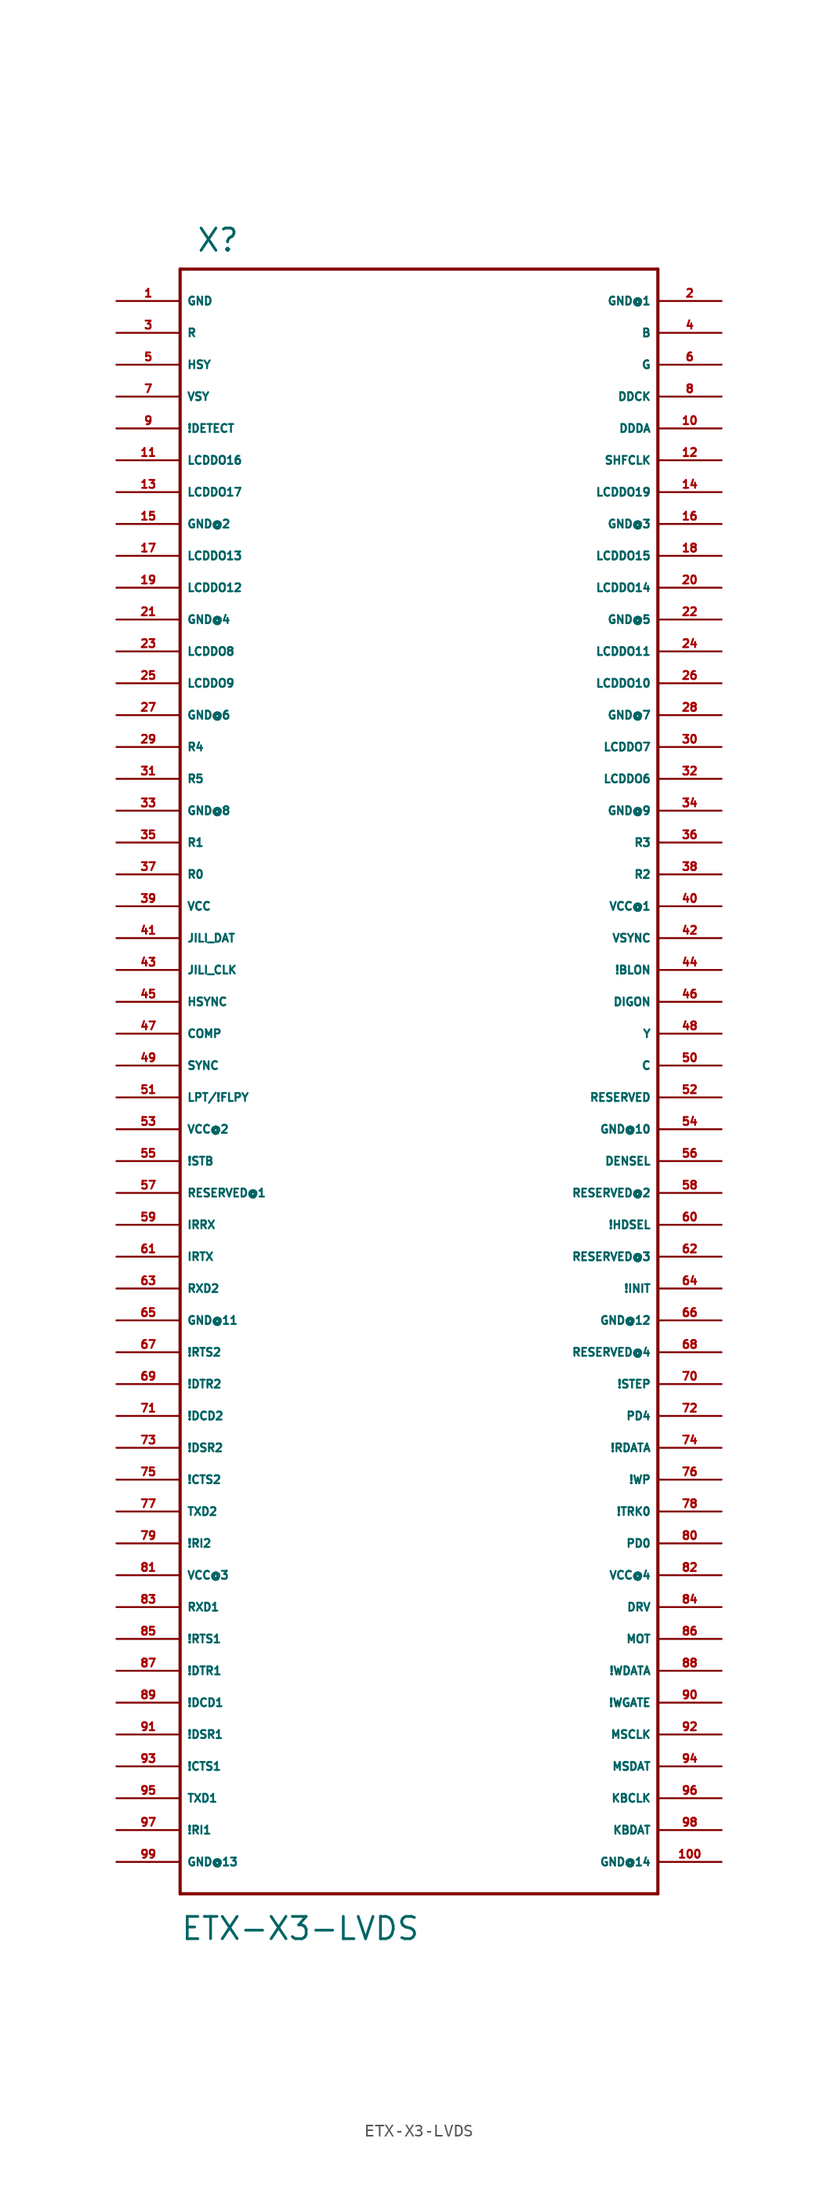
<source format=kicad_sym>
(kicad_symbol_lib
  (version 20220914)
  (generator Eagle2Kicad)
  (symbol "ETX-X3-LVDS"
    (property "Reference" "X"
      (at -19.05 67.31 0)
      (effects (font (size 1.778 1.778) (thickness 0.22)) (justify left bottom)))
    (property "Value" "ETX-X3-LVDS"
      (at -20.32 -67.31 0)
      (effects (font (size 1.778 1.778) (thickness 0.22)) (justify left bottom)))
    (polyline
      (pts (xy -20.32 -63.5) (xy 17.78 -63.5))
      (stroke (width 0.254) (type default))
      (fill (type none)))
    (polyline
      (pts (xy 17.78 -63.5) (xy 17.78 66.04))
      (stroke (width 0.254) (type default))
      (fill (type none)))
    (polyline
      (pts (xy 17.78 66.04) (xy -20.32 66.04))
      (stroke (width 0.254) (type default))
      (fill (type none)))
    (polyline
      (pts (xy -20.32 66.04) (xy -20.32 -63.5))
      (stroke (width 0.254) (type default))
      (fill (type none)))
    (pin unspecified line
      (at -25.4 63.5 0)
      (length 5.08)
      (name "GND" (effects (font (size 0.635 0.635) (thickness 0.08)) (justify left bottom)))
      (number "1" (effects (font (size 0.635 0.635) (thickness 0.08)) (justify left bottom))))
    (pin unspecified line
      (at 22.86 63.5 180)
      (length 5.08)
      (name "GND@1" (effects (font (size 0.635 0.635) (thickness 0.08)) (justify left bottom)))
      (number "2" (effects (font (size 0.635 0.635) (thickness 0.08)) (justify left bottom))))
    (pin bidirectional line
      (at -25.4 60.96 0)
      (length 5.08)
      (name "R" (effects (font (size 0.635 0.635) (thickness 0.08)) (justify left bottom)))
      (number "3" (effects (font (size 0.635 0.635) (thickness 0.08)) (justify left bottom))))
    (pin bidirectional line
      (at 22.86 60.96 180)
      (length 5.08)
      (name "B" (effects (font (size 0.635 0.635) (thickness 0.08)) (justify left bottom)))
      (number "4" (effects (font (size 0.635 0.635) (thickness 0.08)) (justify left bottom))))
    (pin bidirectional line
      (at -25.4 58.42 0)
      (length 5.08)
      (name "HSY" (effects (font (size 0.635 0.635) (thickness 0.08)) (justify left bottom)))
      (number "5" (effects (font (size 0.635 0.635) (thickness 0.08)) (justify left bottom))))
    (pin bidirectional line
      (at 22.86 58.42 180)
      (length 5.08)
      (name "G" (effects (font (size 0.635 0.635) (thickness 0.08)) (justify left bottom)))
      (number "6" (effects (font (size 0.635 0.635) (thickness 0.08)) (justify left bottom))))
    (pin bidirectional line
      (at -25.4 55.88 0)
      (length 5.08)
      (name "VSY" (effects (font (size 0.635 0.635) (thickness 0.08)) (justify left bottom)))
      (number "7" (effects (font (size 0.635 0.635) (thickness 0.08)) (justify left bottom))))
    (pin bidirectional line
      (at 22.86 55.88 180)
      (length 5.08)
      (name "DDCK" (effects (font (size 0.635 0.635) (thickness 0.08)) (justify left bottom)))
      (number "8" (effects (font (size 0.635 0.635) (thickness 0.08)) (justify left bottom))))
    (pin bidirectional line
      (at -25.4 53.34 0)
      (length 5.08)
      (name "!DETECT" (effects (font (size 0.635 0.635) (thickness 0.08)) (justify left bottom)))
      (number "9" (effects (font (size 0.635 0.635) (thickness 0.08)) (justify left bottom))))
    (pin bidirectional line
      (at 22.86 53.34 180)
      (length 5.08)
      (name "DDDA" (effects (font (size 0.635 0.635) (thickness 0.08)) (justify left bottom)))
      (number "10" (effects (font (size 0.635 0.635) (thickness 0.08)) (justify left bottom))))
    (pin bidirectional line
      (at -25.4 50.8 0)
      (length 5.08)
      (name "LCDDO16" (effects (font (size 0.635 0.635) (thickness 0.08)) (justify left bottom)))
      (number "11" (effects (font (size 0.635 0.635) (thickness 0.08)) (justify left bottom))))
    (pin bidirectional line
      (at 22.86 50.8 180)
      (length 5.08)
      (name "SHFCLK" (effects (font (size 0.635 0.635) (thickness 0.08)) (justify left bottom)))
      (number "12" (effects (font (size 0.635 0.635) (thickness 0.08)) (justify left bottom))))
    (pin bidirectional line
      (at -25.4 48.26 0)
      (length 5.08)
      (name "LCDDO17" (effects (font (size 0.635 0.635) (thickness 0.08)) (justify left bottom)))
      (number "13" (effects (font (size 0.635 0.635) (thickness 0.08)) (justify left bottom))))
    (pin bidirectional line
      (at 22.86 48.26 180)
      (length 5.08)
      (name "LCDDO19" (effects (font (size 0.635 0.635) (thickness 0.08)) (justify left bottom)))
      (number "14" (effects (font (size 0.635 0.635) (thickness 0.08)) (justify left bottom))))
    (pin unspecified line
      (at -25.4 45.72 0)
      (length 5.08)
      (name "GND@2" (effects (font (size 0.635 0.635) (thickness 0.08)) (justify left bottom)))
      (number "15" (effects (font (size 0.635 0.635) (thickness 0.08)) (justify left bottom))))
    (pin unspecified line
      (at 22.86 45.72 180)
      (length 5.08)
      (name "GND@3" (effects (font (size 0.635 0.635) (thickness 0.08)) (justify left bottom)))
      (number "16" (effects (font (size 0.635 0.635) (thickness 0.08)) (justify left bottom))))
    (pin bidirectional line
      (at -25.4 43.18 0)
      (length 5.08)
      (name "LCDDO13" (effects (font (size 0.635 0.635) (thickness 0.08)) (justify left bottom)))
      (number "17" (effects (font (size 0.635 0.635) (thickness 0.08)) (justify left bottom))))
    (pin bidirectional line
      (at 22.86 43.18 180)
      (length 5.08)
      (name "LCDDO15" (effects (font (size 0.635 0.635) (thickness 0.08)) (justify left bottom)))
      (number "18" (effects (font (size 0.635 0.635) (thickness 0.08)) (justify left bottom))))
    (pin bidirectional line
      (at -25.4 40.64 0)
      (length 5.08)
      (name "LCDDO12" (effects (font (size 0.635 0.635) (thickness 0.08)) (justify left bottom)))
      (number "19" (effects (font (size 0.635 0.635) (thickness 0.08)) (justify left bottom))))
    (pin bidirectional line
      (at 22.86 40.64 180)
      (length 5.08)
      (name "LCDDO14" (effects (font (size 0.635 0.635) (thickness 0.08)) (justify left bottom)))
      (number "20" (effects (font (size 0.635 0.635) (thickness 0.08)) (justify left bottom))))
    (pin unspecified line
      (at -25.4 38.1 0)
      (length 5.08)
      (name "GND@4" (effects (font (size 0.635 0.635) (thickness 0.08)) (justify left bottom)))
      (number "21" (effects (font (size 0.635 0.635) (thickness 0.08)) (justify left bottom))))
    (pin unspecified line
      (at 22.86 38.1 180)
      (length 5.08)
      (name "GND@5" (effects (font (size 0.635 0.635) (thickness 0.08)) (justify left bottom)))
      (number "22" (effects (font (size 0.635 0.635) (thickness 0.08)) (justify left bottom))))
    (pin bidirectional line
      (at -25.4 35.56 0)
      (length 5.08)
      (name "LCDDO8" (effects (font (size 0.635 0.635) (thickness 0.08)) (justify left bottom)))
      (number "23" (effects (font (size 0.635 0.635) (thickness 0.08)) (justify left bottom))))
    (pin bidirectional line
      (at 22.86 35.56 180)
      (length 5.08)
      (name "LCDDO11" (effects (font (size 0.635 0.635) (thickness 0.08)) (justify left bottom)))
      (number "24" (effects (font (size 0.635 0.635) (thickness 0.08)) (justify left bottom))))
    (pin bidirectional line
      (at -25.4 33.02 0)
      (length 5.08)
      (name "LCDDO9" (effects (font (size 0.635 0.635) (thickness 0.08)) (justify left bottom)))
      (number "25" (effects (font (size 0.635 0.635) (thickness 0.08)) (justify left bottom))))
    (pin bidirectional line
      (at 22.86 33.02 180)
      (length 5.08)
      (name "LCDDO10" (effects (font (size 0.635 0.635) (thickness 0.08)) (justify left bottom)))
      (number "26" (effects (font (size 0.635 0.635) (thickness 0.08)) (justify left bottom))))
    (pin unspecified line
      (at -25.4 30.48 0)
      (length 5.08)
      (name "GND@6" (effects (font (size 0.635 0.635) (thickness 0.08)) (justify left bottom)))
      (number "27" (effects (font (size 0.635 0.635) (thickness 0.08)) (justify left bottom))))
    (pin unspecified line
      (at 22.86 30.48 180)
      (length 5.08)
      (name "GND@7" (effects (font (size 0.635 0.635) (thickness 0.08)) (justify left bottom)))
      (number "28" (effects (font (size 0.635 0.635) (thickness 0.08)) (justify left bottom))))
    (pin bidirectional line
      (at -25.4 27.94 0)
      (length 5.08)
      (name "R4" (effects (font (size 0.635 0.635) (thickness 0.08)) (justify left bottom)))
      (number "29" (effects (font (size 0.635 0.635) (thickness 0.08)) (justify left bottom))))
    (pin bidirectional line
      (at 22.86 27.94 180)
      (length 5.08)
      (name "LCDDO7" (effects (font (size 0.635 0.635) (thickness 0.08)) (justify left bottom)))
      (number "30" (effects (font (size 0.635 0.635) (thickness 0.08)) (justify left bottom))))
    (pin bidirectional line
      (at -25.4 25.4 0)
      (length 5.08)
      (name "R5" (effects (font (size 0.635 0.635) (thickness 0.08)) (justify left bottom)))
      (number "31" (effects (font (size 0.635 0.635) (thickness 0.08)) (justify left bottom))))
    (pin bidirectional line
      (at 22.86 25.4 180)
      (length 5.08)
      (name "LCDDO6" (effects (font (size 0.635 0.635) (thickness 0.08)) (justify left bottom)))
      (number "32" (effects (font (size 0.635 0.635) (thickness 0.08)) (justify left bottom))))
    (pin unspecified line
      (at -25.4 22.86 0)
      (length 5.08)
      (name "GND@8" (effects (font (size 0.635 0.635) (thickness 0.08)) (justify left bottom)))
      (number "33" (effects (font (size 0.635 0.635) (thickness 0.08)) (justify left bottom))))
    (pin unspecified line
      (at 22.86 22.86 180)
      (length 5.08)
      (name "GND@9" (effects (font (size 0.635 0.635) (thickness 0.08)) (justify left bottom)))
      (number "34" (effects (font (size 0.635 0.635) (thickness 0.08)) (justify left bottom))))
    (pin bidirectional line
      (at -25.4 20.32 0)
      (length 5.08)
      (name "R1" (effects (font (size 0.635 0.635) (thickness 0.08)) (justify left bottom)))
      (number "35" (effects (font (size 0.635 0.635) (thickness 0.08)) (justify left bottom))))
    (pin bidirectional line
      (at 22.86 20.32 180)
      (length 5.08)
      (name "R3" (effects (font (size 0.635 0.635) (thickness 0.08)) (justify left bottom)))
      (number "36" (effects (font (size 0.635 0.635) (thickness 0.08)) (justify left bottom))))
    (pin bidirectional line
      (at -25.4 17.78 0)
      (length 5.08)
      (name "R0" (effects (font (size 0.635 0.635) (thickness 0.08)) (justify left bottom)))
      (number "37" (effects (font (size 0.635 0.635) (thickness 0.08)) (justify left bottom))))
    (pin bidirectional line
      (at 22.86 17.78 180)
      (length 5.08)
      (name "R2" (effects (font (size 0.635 0.635) (thickness 0.08)) (justify left bottom)))
      (number "38" (effects (font (size 0.635 0.635) (thickness 0.08)) (justify left bottom))))
    (pin unspecified line
      (at -25.4 15.24 0)
      (length 5.08)
      (name "VCC" (effects (font (size 0.635 0.635) (thickness 0.08)) (justify left bottom)))
      (number "39" (effects (font (size 0.635 0.635) (thickness 0.08)) (justify left bottom))))
    (pin unspecified line
      (at 22.86 15.24 180)
      (length 5.08)
      (name "VCC@1" (effects (font (size 0.635 0.635) (thickness 0.08)) (justify left bottom)))
      (number "40" (effects (font (size 0.635 0.635) (thickness 0.08)) (justify left bottom))))
    (pin bidirectional line
      (at -25.4 12.7 0)
      (length 5.08)
      (name "JILI_DAT" (effects (font (size 0.635 0.635) (thickness 0.08)) (justify left bottom)))
      (number "41" (effects (font (size 0.635 0.635) (thickness 0.08)) (justify left bottom))))
    (pin bidirectional line
      (at 22.86 12.7 180)
      (length 5.08)
      (name "VSYNC" (effects (font (size 0.635 0.635) (thickness 0.08)) (justify left bottom)))
      (number "42" (effects (font (size 0.635 0.635) (thickness 0.08)) (justify left bottom))))
    (pin bidirectional line
      (at -25.4 10.16 0)
      (length 5.08)
      (name "JILI_CLK" (effects (font (size 0.635 0.635) (thickness 0.08)) (justify left bottom)))
      (number "43" (effects (font (size 0.635 0.635) (thickness 0.08)) (justify left bottom))))
    (pin bidirectional line
      (at 22.86 10.16 180)
      (length 5.08)
      (name "!BLON" (effects (font (size 0.635 0.635) (thickness 0.08)) (justify left bottom)))
      (number "44" (effects (font (size 0.635 0.635) (thickness 0.08)) (justify left bottom))))
    (pin bidirectional line
      (at -25.4 7.62 0)
      (length 5.08)
      (name "HSYNC" (effects (font (size 0.635 0.635) (thickness 0.08)) (justify left bottom)))
      (number "45" (effects (font (size 0.635 0.635) (thickness 0.08)) (justify left bottom))))
    (pin bidirectional line
      (at 22.86 7.62 180)
      (length 5.08)
      (name "DIGON" (effects (font (size 0.635 0.635) (thickness 0.08)) (justify left bottom)))
      (number "46" (effects (font (size 0.635 0.635) (thickness 0.08)) (justify left bottom))))
    (pin bidirectional line
      (at -25.4 5.08 0)
      (length 5.08)
      (name "COMP" (effects (font (size 0.635 0.635) (thickness 0.08)) (justify left bottom)))
      (number "47" (effects (font (size 0.635 0.635) (thickness 0.08)) (justify left bottom))))
    (pin bidirectional line
      (at 22.86 5.08 180)
      (length 5.08)
      (name "Y" (effects (font (size 0.635 0.635) (thickness 0.08)) (justify left bottom)))
      (number "48" (effects (font (size 0.635 0.635) (thickness 0.08)) (justify left bottom))))
    (pin bidirectional line
      (at -25.4 2.54 0)
      (length 5.08)
      (name "SYNC" (effects (font (size 0.635 0.635) (thickness 0.08)) (justify left bottom)))
      (number "49" (effects (font (size 0.635 0.635) (thickness 0.08)) (justify left bottom))))
    (pin bidirectional line
      (at 22.86 2.54 180)
      (length 5.08)
      (name "C" (effects (font (size 0.635 0.635) (thickness 0.08)) (justify left bottom)))
      (number "50" (effects (font (size 0.635 0.635) (thickness 0.08)) (justify left bottom))))
    (pin bidirectional line
      (at -25.4 0 0)
      (length 5.08)
      (name "LPT/!FLPY" (effects (font (size 0.635 0.635) (thickness 0.08)) (justify left bottom)))
      (number "51" (effects (font (size 0.635 0.635) (thickness 0.08)) (justify left bottom))))
    (pin bidirectional line
      (at 22.86 0 180)
      (length 5.08)
      (name "RESERVED" (effects (font (size 0.635 0.635) (thickness 0.08)) (justify left bottom)))
      (number "52" (effects (font (size 0.635 0.635) (thickness 0.08)) (justify left bottom))))
    (pin unspecified line
      (at -25.4 -2.54 0)
      (length 5.08)
      (name "VCC@2" (effects (font (size 0.635 0.635) (thickness 0.08)) (justify left bottom)))
      (number "53" (effects (font (size 0.635 0.635) (thickness 0.08)) (justify left bottom))))
    (pin unspecified line
      (at 22.86 -2.54 180)
      (length 5.08)
      (name "GND@10" (effects (font (size 0.635 0.635) (thickness 0.08)) (justify left bottom)))
      (number "54" (effects (font (size 0.635 0.635) (thickness 0.08)) (justify left bottom))))
    (pin bidirectional line
      (at -25.4 -5.08 0)
      (length 5.08)
      (name "!STB" (effects (font (size 0.635 0.635) (thickness 0.08)) (justify left bottom)))
      (number "55" (effects (font (size 0.635 0.635) (thickness 0.08)) (justify left bottom))))
    (pin bidirectional line
      (at 22.86 -5.08 180)
      (length 5.08)
      (name "DENSEL" (effects (font (size 0.635 0.635) (thickness 0.08)) (justify left bottom)))
      (number "56" (effects (font (size 0.635 0.635) (thickness 0.08)) (justify left bottom))))
    (pin bidirectional line
      (at -25.4 -7.62 0)
      (length 5.08)
      (name "RESERVED@1" (effects (font (size 0.635 0.635) (thickness 0.08)) (justify left bottom)))
      (number "57" (effects (font (size 0.635 0.635) (thickness 0.08)) (justify left bottom))))
    (pin bidirectional line
      (at 22.86 -7.62 180)
      (length 5.08)
      (name "RESERVED@2" (effects (font (size 0.635 0.635) (thickness 0.08)) (justify left bottom)))
      (number "58" (effects (font (size 0.635 0.635) (thickness 0.08)) (justify left bottom))))
    (pin bidirectional line
      (at -25.4 -10.16 0)
      (length 5.08)
      (name "IRRX" (effects (font (size 0.635 0.635) (thickness 0.08)) (justify left bottom)))
      (number "59" (effects (font (size 0.635 0.635) (thickness 0.08)) (justify left bottom))))
    (pin bidirectional line
      (at 22.86 -10.16 180)
      (length 5.08)
      (name "!HDSEL" (effects (font (size 0.635 0.635) (thickness 0.08)) (justify left bottom)))
      (number "60" (effects (font (size 0.635 0.635) (thickness 0.08)) (justify left bottom))))
    (pin bidirectional line
      (at -25.4 -12.7 0)
      (length 5.08)
      (name "IRTX" (effects (font (size 0.635 0.635) (thickness 0.08)) (justify left bottom)))
      (number "61" (effects (font (size 0.635 0.635) (thickness 0.08)) (justify left bottom))))
    (pin bidirectional line
      (at 22.86 -12.7 180)
      (length 5.08)
      (name "RESERVED@3" (effects (font (size 0.635 0.635) (thickness 0.08)) (justify left bottom)))
      (number "62" (effects (font (size 0.635 0.635) (thickness 0.08)) (justify left bottom))))
    (pin bidirectional line
      (at -25.4 -15.24 0)
      (length 5.08)
      (name "RXD2" (effects (font (size 0.635 0.635) (thickness 0.08)) (justify left bottom)))
      (number "63" (effects (font (size 0.635 0.635) (thickness 0.08)) (justify left bottom))))
    (pin bidirectional line
      (at 22.86 -15.24 180)
      (length 5.08)
      (name "!INIT" (effects (font (size 0.635 0.635) (thickness 0.08)) (justify left bottom)))
      (number "64" (effects (font (size 0.635 0.635) (thickness 0.08)) (justify left bottom))))
    (pin unspecified line
      (at -25.4 -17.78 0)
      (length 5.08)
      (name "GND@11" (effects (font (size 0.635 0.635) (thickness 0.08)) (justify left bottom)))
      (number "65" (effects (font (size 0.635 0.635) (thickness 0.08)) (justify left bottom))))
    (pin unspecified line
      (at 22.86 -17.78 180)
      (length 5.08)
      (name "GND@12" (effects (font (size 0.635 0.635) (thickness 0.08)) (justify left bottom)))
      (number "66" (effects (font (size 0.635 0.635) (thickness 0.08)) (justify left bottom))))
    (pin bidirectional line
      (at -25.4 -20.32 0)
      (length 5.08)
      (name "!RTS2" (effects (font (size 0.635 0.635) (thickness 0.08)) (justify left bottom)))
      (number "67" (effects (font (size 0.635 0.635) (thickness 0.08)) (justify left bottom))))
    (pin bidirectional line
      (at 22.86 -20.32 180)
      (length 5.08)
      (name "RESERVED@4" (effects (font (size 0.635 0.635) (thickness 0.08)) (justify left bottom)))
      (number "68" (effects (font (size 0.635 0.635) (thickness 0.08)) (justify left bottom))))
    (pin bidirectional line
      (at -25.4 -22.86 0)
      (length 5.08)
      (name "!DTR2" (effects (font (size 0.635 0.635) (thickness 0.08)) (justify left bottom)))
      (number "69" (effects (font (size 0.635 0.635) (thickness 0.08)) (justify left bottom))))
    (pin bidirectional line
      (at 22.86 -22.86 180)
      (length 5.08)
      (name "!STEP" (effects (font (size 0.635 0.635) (thickness 0.08)) (justify left bottom)))
      (number "70" (effects (font (size 0.635 0.635) (thickness 0.08)) (justify left bottom))))
    (pin bidirectional line
      (at -25.4 -25.4 0)
      (length 5.08)
      (name "!DCD2" (effects (font (size 0.635 0.635) (thickness 0.08)) (justify left bottom)))
      (number "71" (effects (font (size 0.635 0.635) (thickness 0.08)) (justify left bottom))))
    (pin bidirectional line
      (at 22.86 -25.4 180)
      (length 5.08)
      (name "PD4" (effects (font (size 0.635 0.635) (thickness 0.08)) (justify left bottom)))
      (number "72" (effects (font (size 0.635 0.635) (thickness 0.08)) (justify left bottom))))
    (pin bidirectional line
      (at -25.4 -27.94 0)
      (length 5.08)
      (name "!DSR2" (effects (font (size 0.635 0.635) (thickness 0.08)) (justify left bottom)))
      (number "73" (effects (font (size 0.635 0.635) (thickness 0.08)) (justify left bottom))))
    (pin bidirectional line
      (at 22.86 -27.94 180)
      (length 5.08)
      (name "!RDATA" (effects (font (size 0.635 0.635) (thickness 0.08)) (justify left bottom)))
      (number "74" (effects (font (size 0.635 0.635) (thickness 0.08)) (justify left bottom))))
    (pin bidirectional line
      (at -25.4 -30.48 0)
      (length 5.08)
      (name "!CTS2" (effects (font (size 0.635 0.635) (thickness 0.08)) (justify left bottom)))
      (number "75" (effects (font (size 0.635 0.635) (thickness 0.08)) (justify left bottom))))
    (pin bidirectional line
      (at 22.86 -30.48 180)
      (length 5.08)
      (name "!WP" (effects (font (size 0.635 0.635) (thickness 0.08)) (justify left bottom)))
      (number "76" (effects (font (size 0.635 0.635) (thickness 0.08)) (justify left bottom))))
    (pin bidirectional line
      (at -25.4 -33.02 0)
      (length 5.08)
      (name "TXD2" (effects (font (size 0.635 0.635) (thickness 0.08)) (justify left bottom)))
      (number "77" (effects (font (size 0.635 0.635) (thickness 0.08)) (justify left bottom))))
    (pin bidirectional line
      (at 22.86 -33.02 180)
      (length 5.08)
      (name "!TRK0" (effects (font (size 0.635 0.635) (thickness 0.08)) (justify left bottom)))
      (number "78" (effects (font (size 0.635 0.635) (thickness 0.08)) (justify left bottom))))
    (pin bidirectional line
      (at -25.4 -35.56 0)
      (length 5.08)
      (name "!RI2" (effects (font (size 0.635 0.635) (thickness 0.08)) (justify left bottom)))
      (number "79" (effects (font (size 0.635 0.635) (thickness 0.08)) (justify left bottom))))
    (pin bidirectional line
      (at 22.86 -35.56 180)
      (length 5.08)
      (name "PD0" (effects (font (size 0.635 0.635) (thickness 0.08)) (justify left bottom)))
      (number "80" (effects (font (size 0.635 0.635) (thickness 0.08)) (justify left bottom))))
    (pin unspecified line
      (at -25.4 -38.1 0)
      (length 5.08)
      (name "VCC@3" (effects (font (size 0.635 0.635) (thickness 0.08)) (justify left bottom)))
      (number "81" (effects (font (size 0.635 0.635) (thickness 0.08)) (justify left bottom))))
    (pin unspecified line
      (at 22.86 -38.1 180)
      (length 5.08)
      (name "VCC@4" (effects (font (size 0.635 0.635) (thickness 0.08)) (justify left bottom)))
      (number "82" (effects (font (size 0.635 0.635) (thickness 0.08)) (justify left bottom))))
    (pin bidirectional line
      (at -25.4 -40.64 0)
      (length 5.08)
      (name "RXD1" (effects (font (size 0.635 0.635) (thickness 0.08)) (justify left bottom)))
      (number "83" (effects (font (size 0.635 0.635) (thickness 0.08)) (justify left bottom))))
    (pin bidirectional line
      (at 22.86 -40.64 180)
      (length 5.08)
      (name "DRV" (effects (font (size 0.635 0.635) (thickness 0.08)) (justify left bottom)))
      (number "84" (effects (font (size 0.635 0.635) (thickness 0.08)) (justify left bottom))))
    (pin bidirectional line
      (at -25.4 -43.18 0)
      (length 5.08)
      (name "!RTS1" (effects (font (size 0.635 0.635) (thickness 0.08)) (justify left bottom)))
      (number "85" (effects (font (size 0.635 0.635) (thickness 0.08)) (justify left bottom))))
    (pin bidirectional line
      (at 22.86 -43.18 180)
      (length 5.08)
      (name "MOT" (effects (font (size 0.635 0.635) (thickness 0.08)) (justify left bottom)))
      (number "86" (effects (font (size 0.635 0.635) (thickness 0.08)) (justify left bottom))))
    (pin bidirectional line
      (at -25.4 -45.72 0)
      (length 5.08)
      (name "!DTR1" (effects (font (size 0.635 0.635) (thickness 0.08)) (justify left bottom)))
      (number "87" (effects (font (size 0.635 0.635) (thickness 0.08)) (justify left bottom))))
    (pin bidirectional line
      (at 22.86 -45.72 180)
      (length 5.08)
      (name "!WDATA" (effects (font (size 0.635 0.635) (thickness 0.08)) (justify left bottom)))
      (number "88" (effects (font (size 0.635 0.635) (thickness 0.08)) (justify left bottom))))
    (pin bidirectional line
      (at -25.4 -48.26 0)
      (length 5.08)
      (name "!DCD1" (effects (font (size 0.635 0.635) (thickness 0.08)) (justify left bottom)))
      (number "89" (effects (font (size 0.635 0.635) (thickness 0.08)) (justify left bottom))))
    (pin bidirectional line
      (at 22.86 -48.26 180)
      (length 5.08)
      (name "!WGATE" (effects (font (size 0.635 0.635) (thickness 0.08)) (justify left bottom)))
      (number "90" (effects (font (size 0.635 0.635) (thickness 0.08)) (justify left bottom))))
    (pin bidirectional line
      (at -25.4 -50.8 0)
      (length 5.08)
      (name "!DSR1" (effects (font (size 0.635 0.635) (thickness 0.08)) (justify left bottom)))
      (number "91" (effects (font (size 0.635 0.635) (thickness 0.08)) (justify left bottom))))
    (pin bidirectional line
      (at 22.86 -50.8 180)
      (length 5.08)
      (name "MSCLK" (effects (font (size 0.635 0.635) (thickness 0.08)) (justify left bottom)))
      (number "92" (effects (font (size 0.635 0.635) (thickness 0.08)) (justify left bottom))))
    (pin bidirectional line
      (at -25.4 -53.34 0)
      (length 5.08)
      (name "!CTS1" (effects (font (size 0.635 0.635) (thickness 0.08)) (justify left bottom)))
      (number "93" (effects (font (size 0.635 0.635) (thickness 0.08)) (justify left bottom))))
    (pin bidirectional line
      (at 22.86 -53.34 180)
      (length 5.08)
      (name "MSDAT" (effects (font (size 0.635 0.635) (thickness 0.08)) (justify left bottom)))
      (number "94" (effects (font (size 0.635 0.635) (thickness 0.08)) (justify left bottom))))
    (pin bidirectional line
      (at -25.4 -55.88 0)
      (length 5.08)
      (name "TXD1" (effects (font (size 0.635 0.635) (thickness 0.08)) (justify left bottom)))
      (number "95" (effects (font (size 0.635 0.635) (thickness 0.08)) (justify left bottom))))
    (pin bidirectional line
      (at 22.86 -55.88 180)
      (length 5.08)
      (name "KBCLK" (effects (font (size 0.635 0.635) (thickness 0.08)) (justify left bottom)))
      (number "96" (effects (font (size 0.635 0.635) (thickness 0.08)) (justify left bottom))))
    (pin bidirectional line
      (at -25.4 -58.42 0)
      (length 5.08)
      (name "!RI1" (effects (font (size 0.635 0.635) (thickness 0.08)) (justify left bottom)))
      (number "97" (effects (font (size 0.635 0.635) (thickness 0.08)) (justify left bottom))))
    (pin bidirectional line
      (at 22.86 -58.42 180)
      (length 5.08)
      (name "KBDAT" (effects (font (size 0.635 0.635) (thickness 0.08)) (justify left bottom)))
      (number "98" (effects (font (size 0.635 0.635) (thickness 0.08)) (justify left bottom))))
    (pin unspecified line
      (at -25.4 -60.96 0)
      (length 5.08)
      (name "GND@13" (effects (font (size 0.635 0.635) (thickness 0.08)) (justify left bottom)))
      (number "99" (effects (font (size 0.635 0.635) (thickness 0.08)) (justify left bottom))))
    (pin unspecified line
      (at 22.86 -60.96 180)
      (length 5.08)
      (name "GND@14" (effects (font (size 0.635 0.635) (thickness 0.08)) (justify left bottom)))
      (number "100" (effects (font (size 0.635 0.635) (thickness 0.08)) (justify left bottom))))))
</source>
